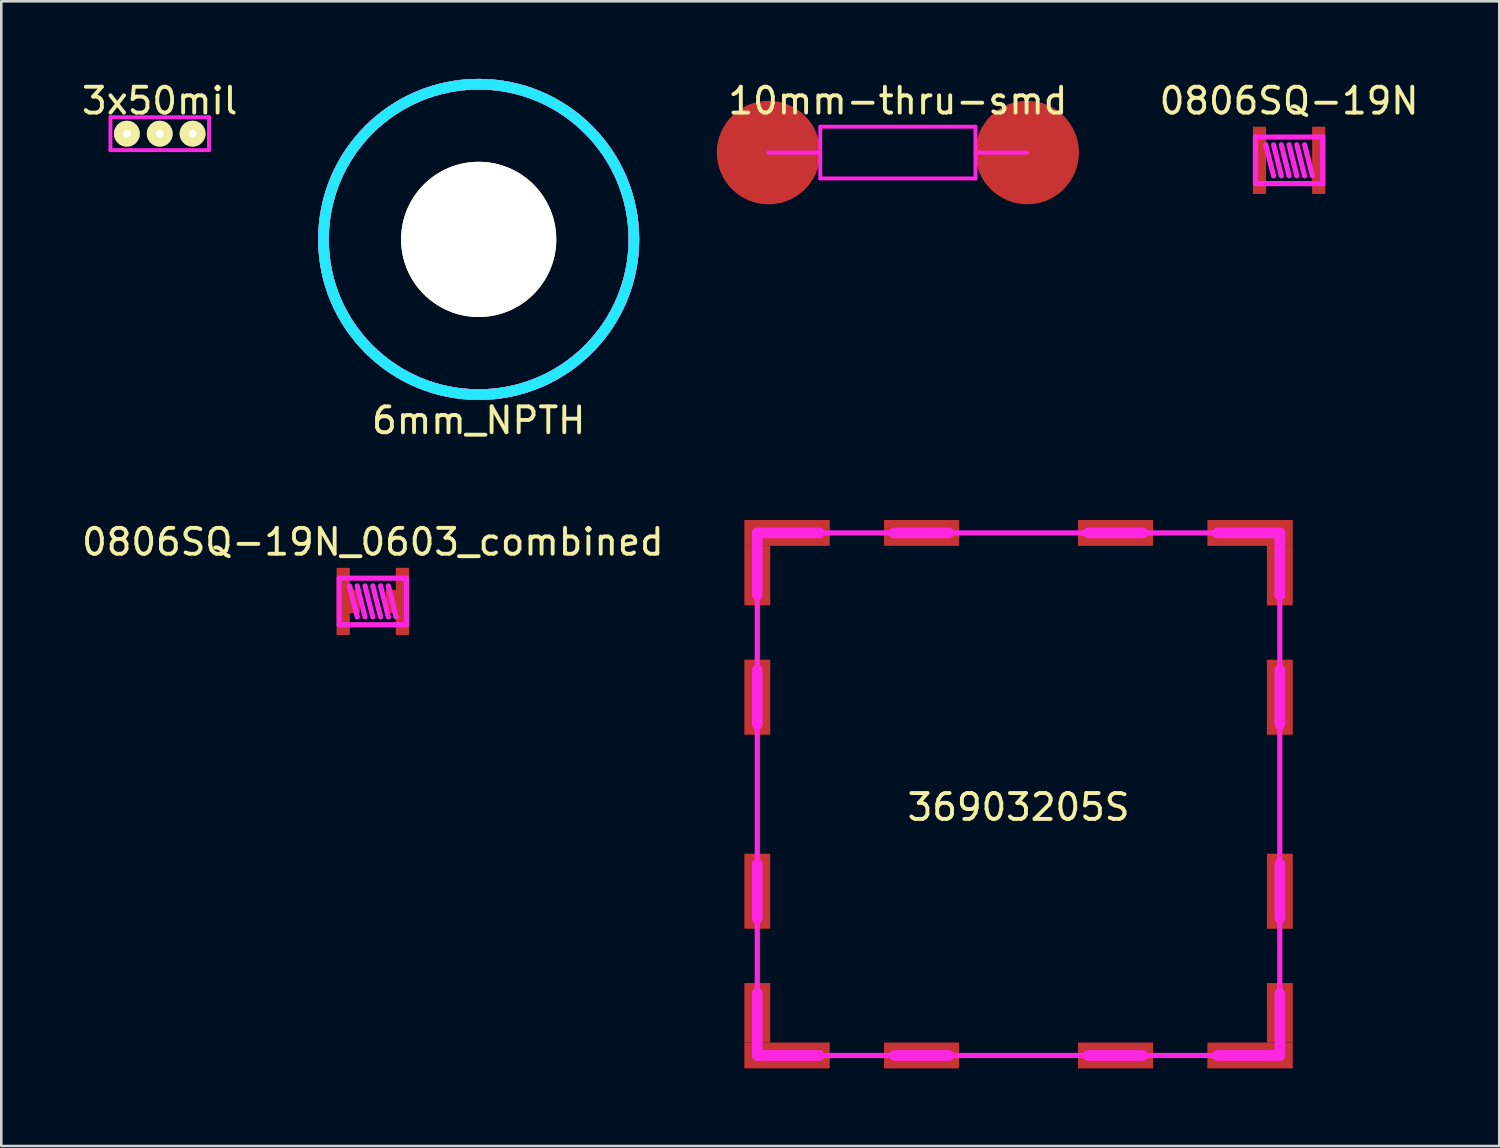
<source format=kicad_pcb>
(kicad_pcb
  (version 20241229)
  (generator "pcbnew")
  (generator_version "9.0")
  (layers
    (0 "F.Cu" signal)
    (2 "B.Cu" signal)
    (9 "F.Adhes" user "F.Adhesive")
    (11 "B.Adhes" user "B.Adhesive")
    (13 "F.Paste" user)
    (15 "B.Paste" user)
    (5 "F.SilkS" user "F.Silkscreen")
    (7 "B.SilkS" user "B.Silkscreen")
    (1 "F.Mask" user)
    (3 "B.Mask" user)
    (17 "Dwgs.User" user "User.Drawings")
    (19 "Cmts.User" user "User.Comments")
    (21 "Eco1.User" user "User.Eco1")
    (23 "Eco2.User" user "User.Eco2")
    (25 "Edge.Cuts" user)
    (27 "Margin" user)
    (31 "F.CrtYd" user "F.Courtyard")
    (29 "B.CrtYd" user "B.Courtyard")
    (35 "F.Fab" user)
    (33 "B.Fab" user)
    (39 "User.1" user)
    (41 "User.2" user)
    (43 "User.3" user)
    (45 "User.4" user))
  (footprint "6mm_NPTH"
    (layer "F.Cu")
    (at 15.455 6.205)
    (property "Reference" "6mm_NPTH" (at 0 7 0) (layer "F.SilkS") (effects (font (size 1 1) (thickness 0.15))))
    (attr through_hole)
    (fp_circle (center 0 0) (end 6 0) (stroke (width 0.41) (type solid)) (fill no) (layer "F.SilkS"))
    (fp_circle (center 0 0) (end 6 0) (stroke (width 0.41) (type solid)) (fill no) (layer "B.SilkS"))
    (fp_circle (center 0 0) (end 6 0) (stroke (width 0.41) (type solid)) (fill no) (layer "B.CrtYd"))
    (fp_circle (center 0 0) (end 6 0) (stroke (width 0.41) (type solid)) (fill no) (layer "F.CrtYd"))
    (pad "" np_thru_hole circle (at 0 0) (size 6 6) (drill 6) (layers "*.Cu" "*.Mask" "F.SilkS")))
  (footprint "0806SQ-19N"
    (layer "F.Cu")
    (at 46.785 3.148)
    (property "Reference" "0806SQ-19N" (at 0 -2.3 0) (layer "F.SilkS") (effects (font (size 1 1) (thickness 0.15))))
    (attr through_hole)
    (fp_line (start -1.3 -0.9) (end 1.3 -0.9) (stroke (width 0.2) (type solid)) (layer "F.CrtYd"))
    (fp_line (start -1.3 0.9) (end -1.3 -0.9) (stroke (width 0.2) (type solid)) (layer "F.CrtYd"))
    (fp_line (start -0.9 -0.6) (end -0.6 0.6) (stroke (width 0.2) (type solid)) (layer "F.CrtYd"))
    (fp_line (start -0.6 -0.6) (end -0.3 0.6) (stroke (width 0.2) (type solid)) (layer "F.CrtYd"))
    (fp_line (start -0.3 -0.6) (end 0 0.6) (stroke (width 0.2) (type solid)) (layer "F.CrtYd"))
    (fp_line (start 0 -0.6) (end 0.3 0.6) (stroke (width 0.2) (type solid)) (layer "F.CrtYd"))
    (fp_line (start 0.3 -0.6) (end 0.6 0.6) (stroke (width 0.2) (type solid)) (layer "F.CrtYd"))
    (fp_line (start 0.6 -0.6) (end 0.9 0.6) (stroke (width 0.2) (type solid)) (layer "F.CrtYd"))
    (fp_line (start 1.3 -0.9) (end 1.3 0.9) (stroke (width 0.2) (type solid)) (layer "F.CrtYd"))
    (fp_line (start 1.3 0.9) (end -1.3 0.9) (stroke (width 0.2) (type solid)) (layer "F.CrtYd"))
    (pad "1" smd rect (at -1.145 0) (size 0.51 2.6) (layers "F.Cu" "F.Mask" "F.Paste"))
    (pad "2" smd rect (at 1.145 0) (size 0.51 2.6) (layers "F.Cu" "F.Mask" "F.Paste")))
  (footprint "10mm-thru-smd"
    (layer "F.Cu")
    (at 31.66 2.848)
    (property "Reference" "10mm-thru-smd" (at 0 -2 0) (layer "F.SilkS") (effects (font (size 1 1) (thickness 0.15))))
    (attr through_hole)
    (fp_line (start -3 -1) (end 3 -1) (stroke (width 0.15) (type solid)) (layer "F.CrtYd"))
    (fp_line (start -3 0) (end -5 0) (stroke (width 0.15) (type solid)) (layer "F.CrtYd"))
    (fp_line (start -3 1) (end -3 -1) (stroke (width 0.15) (type solid)) (layer "F.CrtYd"))
    (fp_line (start 3 -1) (end 3 1) (stroke (width 0.15) (type solid)) (layer "F.CrtYd"))
    (fp_line (start 3 0) (end 5 0) (stroke (width 0.15) (type solid)) (layer "F.CrtYd"))
    (fp_line (start 3 1) (end -3 1) (stroke (width 0.15) (type solid)) (layer "F.CrtYd"))
    (pad "1" smd circle (at -5 0) (size 4 4) (layers "F.Cu" "F.Mask" "F.Paste"))
    (pad "2" smd circle (at 5 0) (size 4 4) (layers "F.Cu" "F.Mask" "F.Paste")))
  (footprint "3x50mil"
    (layer "F.Cu")
    (at 3.125 2.118)
    (property "Reference" "3x50mil" (at 0 -1.27 0) (layer "F.SilkS") (effects (font (size 1 1) (thickness 0.15))))
    (attr through_hole)
    (fp_line (start -1.905 -0.635) (end 1.905 -0.635) (stroke (width 0.15) (type solid)) (layer "F.CrtYd"))
    (fp_line (start -1.905 0.635) (end -1.905 -0.635) (stroke (width 0.15) (type solid)) (layer "F.CrtYd"))
    (fp_line (start 1.905 -0.635) (end 1.905 0.635) (stroke (width 0.15) (type solid)) (layer "F.CrtYd"))
    (fp_line (start 1.905 0.635) (end -1.905 0.635) (stroke (width 0.15) (type solid)) (layer "F.CrtYd"))
    (pad "1" thru_hole circle (at -1.27 0) (size 1 1) (drill 0.3) (layers "*.Cu" "*.Mask" "F.SilkS"))
    (pad "2" thru_hole circle (at 0 0) (size 1 1) (drill 0.3) (layers "*.Cu" "*.Mask" "F.SilkS"))
    (pad "3" thru_hole circle (at 1.27 0) (size 1 1) (drill 0.3) (layers "*.Cu" "*.Mask" "F.SilkS")))
  (footprint "36903205S"
    (layer "F.Cu")
    (at 36.326 27.653)
    (property "Reference" "36903205S" (at 0 0.5 0) (layer "F.SilkS") (effects (font (size 1 1) (thickness 0.15))))
    (attr through_hole)
    (fp_line (start -10.1 -10.1) (end -7.7 -10.1) (stroke (width 0.41) (type solid)) (layer "F.CrtYd"))
    (fp_line (start -10.1 -10.1) (end 10.1 -10.1) (stroke (width 0.2) (type solid)) (layer "F.CrtYd"))
    (fp_line (start -10.1 -7.7) (end -10.1 -10.1) (stroke (width 0.41) (type solid)) (layer "F.CrtYd"))
    (fp_line (start -10.1 -4.8) (end -10.1 -2.7) (stroke (width 0.41) (type solid)) (layer "F.CrtYd"))
    (fp_line (start -10.1 4.8) (end -10.1 2.7) (stroke (width 0.41) (type solid)) (layer "F.CrtYd"))
    (fp_line (start -10.1 10.1) (end -10.1 -10.1) (stroke (width 0.2) (type solid)) (layer "F.CrtYd"))
    (fp_line (start -10.1 10.1) (end -10.1 7.7) (stroke (width 0.41) (type solid)) (layer "F.CrtYd"))
    (fp_line (start -7.7 10.1) (end -10.1 10.1) (stroke (width 0.41) (type solid)) (layer "F.CrtYd"))
    (fp_line (start -4.8 -10.1) (end -2.7 -10.1) (stroke (width 0.41) (type solid)) (layer "F.CrtYd"))
    (fp_line (start -4.8 10.1) (end -2.7 10.1) (stroke (width 0.41) (type solid)) (layer "F.CrtYd"))
    (fp_line (start 4.8 -10.1) (end 2.7 -10.1) (stroke (width 0.41) (type solid)) (layer "F.CrtYd"))
    (fp_line (start 4.8 10.1) (end 2.7 10.1) (stroke (width 0.41) (type solid)) (layer "F.CrtYd"))
    (fp_line (start 7.7 -10.1) (end 10.1 -10.1) (stroke (width 0.41) (type solid)) (layer "F.CrtYd"))
    (fp_line (start 10.1 -10.1) (end 10.1 -7.7) (stroke (width 0.41) (type solid)) (layer "F.CrtYd"))
    (fp_line (start 10.1 -10.1) (end 10.1 10.1) (stroke (width 0.2) (type solid)) (layer "F.CrtYd"))
    (fp_line (start 10.1 -4.8) (end 10.1 -2.7) (stroke (width 0.41) (type solid)) (layer "F.CrtYd"))
    (fp_line (start 10.1 4.8) (end 10.1 2.7) (stroke (width 0.41) (type solid)) (layer "F.CrtYd"))
    (fp_line (start 10.1 7.7) (end 10.1 10.1) (stroke (width 0.41) (type solid)) (layer "F.CrtYd"))
    (fp_line (start 10.1 10.1) (end -10.1 10.1) (stroke (width 0.2) (type solid)) (layer "F.CrtYd"))
    (fp_line (start 10.1 10.1) (end 7.7 10.1) (stroke (width 0.41) (type solid)) (layer "F.CrtYd"))
    (pad "1" smd rect (at -10.1 -8.45) (size 1 2.3) (layers "F.Cu" "F.Mask" "F.Paste"))
    (pad "1" smd rect (at -10.1 -3.75) (size 1 2.9) (layers "F.Cu" "F.Mask" "F.Paste"))
    (pad "1" smd rect (at -10.1 3.75) (size 1 2.9) (layers "F.Cu" "F.Mask" "F.Paste"))
    (pad "1" smd rect (at -10.1 8.45) (size 1 2.3) (layers "F.Cu" "F.Mask" "F.Paste"))
    (pad "1" smd rect (at -8.95 -10.1) (size 3.3 1) (layers "F.Cu" "F.Mask" "F.Paste"))
    (pad "1" smd rect (at -8.95 10.1) (size 3.3 1) (layers "F.Cu" "F.Mask" "F.Paste"))
    (pad "1" smd rect (at -3.75 -10.1) (size 2.9 1) (layers "F.Cu" "F.Mask" "F.Paste"))
    (pad "1" smd rect (at -3.75 10.1) (size 2.9 1) (layers "F.Cu" "F.Mask" "F.Paste"))
    (pad "1" smd rect (at 3.75 -10.1) (size 2.9 1) (layers "F.Cu" "F.Mask" "F.Paste"))
    (pad "1" smd rect (at 3.75 10.1) (size 2.9 1) (layers "F.Cu" "F.Mask" "F.Paste"))
    (pad "1" smd rect (at 8.95 -10.1) (size 3.3 1) (layers "F.Cu" "F.Mask" "F.Paste"))
    (pad "1" smd rect (at 8.95 10.1) (size 3.3 1) (layers "F.Cu" "F.Mask" "F.Paste"))
    (pad "1" smd rect (at 10.1 -8.45) (size 1 2.3) (layers "F.Cu" "F.Mask" "F.Paste"))
    (pad "1" smd rect (at 10.1 -3.75) (size 1 2.9) (layers "F.Cu" "F.Mask" "F.Paste"))
    (pad "1" smd rect (at 10.1 3.75) (size 1 2.9) (layers "F.Cu" "F.Mask" "F.Paste"))
    (pad "1" smd rect (at 10.1 8.45) (size 1 2.3) (layers "F.Cu" "F.Mask" "F.Paste")))
  (footprint "0806SQ-19N_0603_combined"
    (layer "F.Cu")
    (at 11.363 20.201)
    (property "Reference" "0806SQ-19N_0603_combined" (at 0 -2.3 0) (layer "F.SilkS") (effects (font (size 1 1) (thickness 0.15))))
    (attr through_hole)
    (fp_line (start -1.3 -0.9) (end 1.3 -0.9) (stroke (width 0.2) (type solid)) (layer "F.CrtYd"))
    (fp_line (start -1.3 0.9) (end -1.3 -0.9) (stroke (width 0.2) (type solid)) (layer "F.CrtYd"))
    (fp_line (start -0.9 -0.6) (end -0.6 0.6) (stroke (width 0.2) (type solid)) (layer "F.CrtYd"))
    (fp_line (start -0.6 -0.6) (end -0.3 0.6) (stroke (width 0.2) (type solid)) (layer "F.CrtYd"))
    (fp_line (start -0.3 -0.6) (end 0 0.6) (stroke (width 0.2) (type solid)) (layer "F.CrtYd"))
    (fp_line (start 0 -0.6) (end 0.3 0.6) (stroke (width 0.2) (type solid)) (layer "F.CrtYd"))
    (fp_line (start 0.3 -0.6) (end 0.6 0.6) (stroke (width 0.2) (type solid)) (layer "F.CrtYd"))
    (fp_line (start 0.6 -0.6) (end 0.9 0.6) (stroke (width 0.2) (type solid)) (layer "F.CrtYd"))
    (fp_line (start 1.3 -0.9) (end 1.3 0.9) (stroke (width 0.2) (type solid)) (layer "F.CrtYd"))
    (fp_line (start 1.3 0.9) (end -1.3 0.9) (stroke (width 0.2) (type solid)) (layer "F.CrtYd"))
    (pad "1" smd rect (at -1.145 0) (size 0.51 2.6) (layers "F.Cu" "F.Mask" "F.Paste"))
    (pad "1" smd rect (at -0.75 0) (size 0.5 0.9) (layers "F.Cu" "F.Mask" "F.Paste"))
    (pad "2" smd rect (at 0.75 0) (size 0.5 0.9) (layers "F.Cu" "F.Mask" "F.Paste"))
    (pad "2" smd rect (at 1.145 0) (size 0.51 2.6) (layers "F.Cu" "F.Mask" "F.Paste")))
  (gr_rect
    (start -3 -3)
    (end 54.91 41.253)
    (stroke (width 0.1) (type default))
    (fill no)
    (layer "Edge.Cuts")))
</source>
